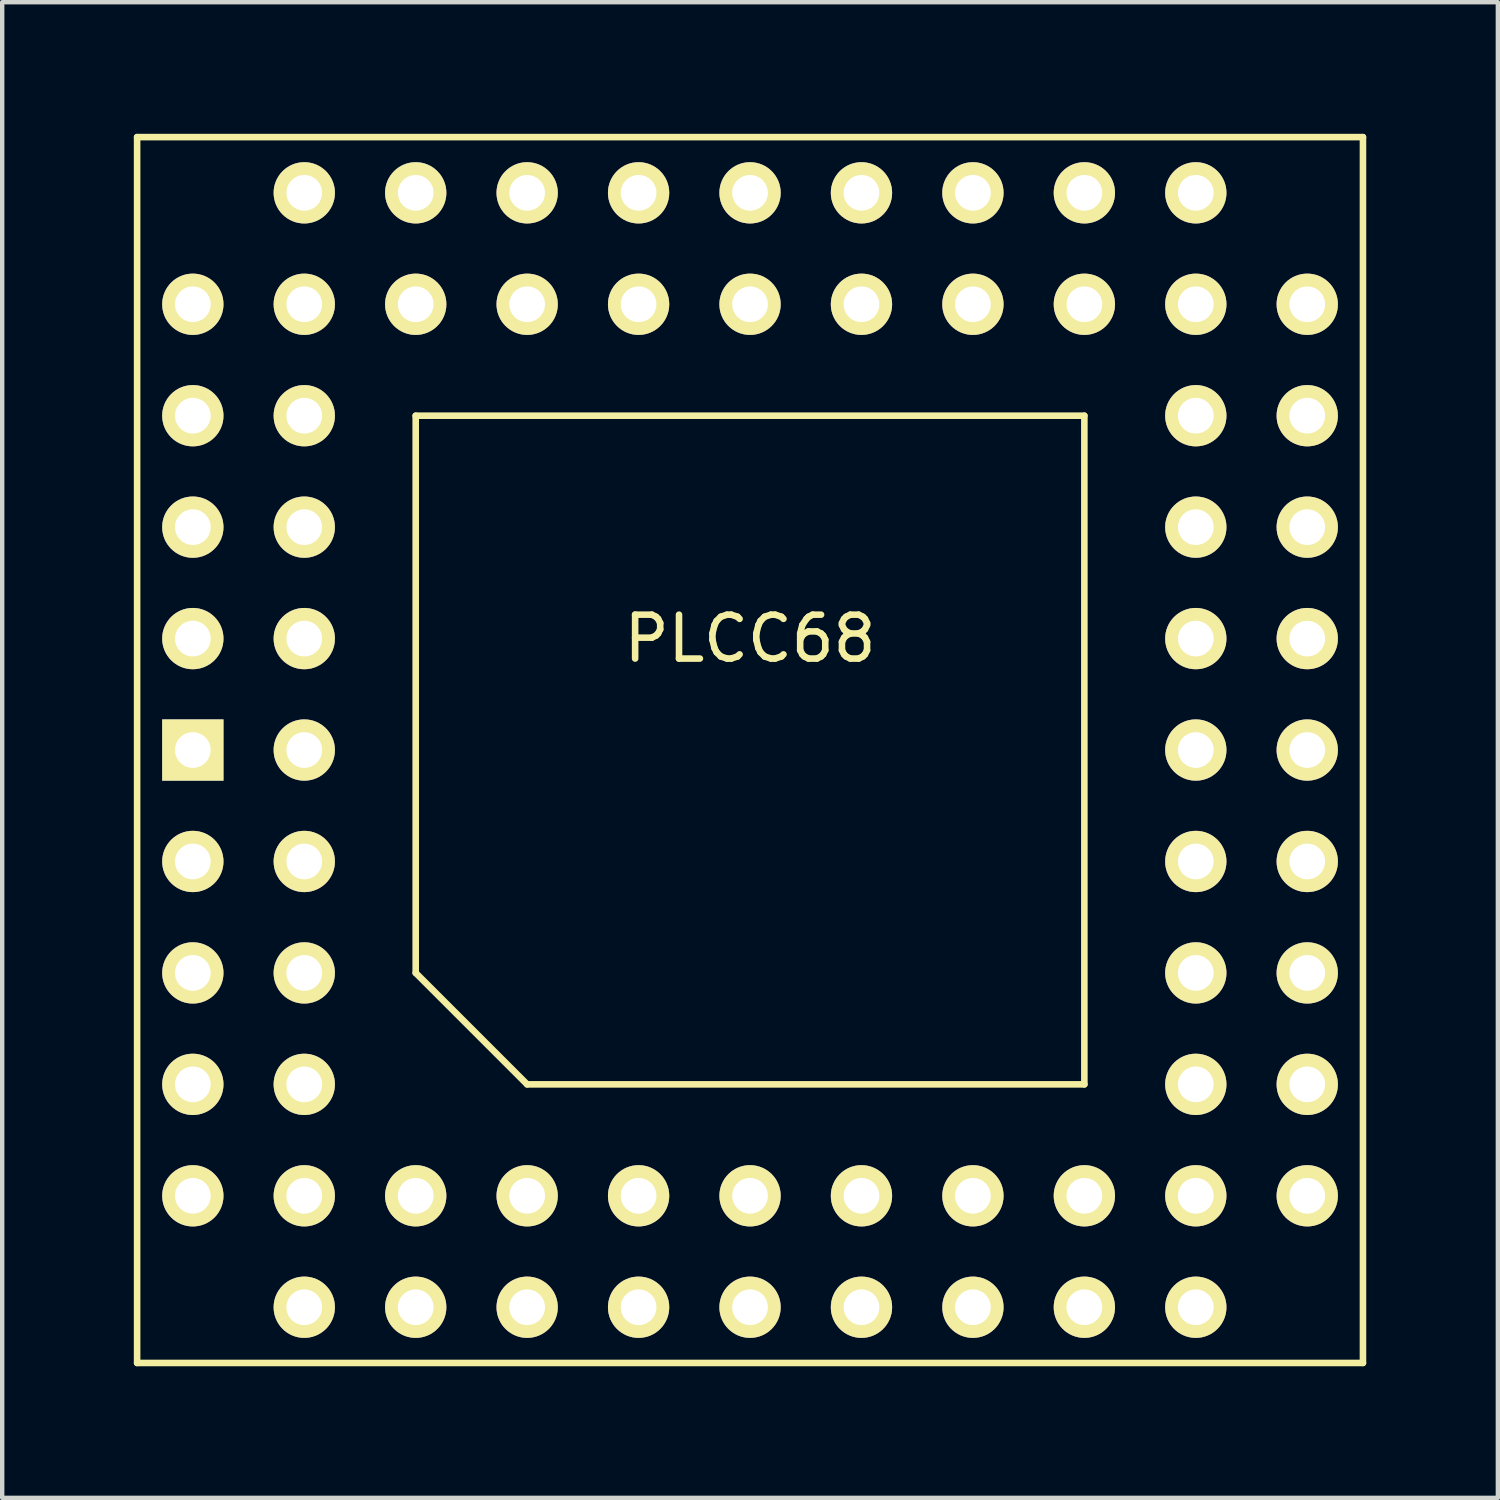
<source format=kicad_pcb>
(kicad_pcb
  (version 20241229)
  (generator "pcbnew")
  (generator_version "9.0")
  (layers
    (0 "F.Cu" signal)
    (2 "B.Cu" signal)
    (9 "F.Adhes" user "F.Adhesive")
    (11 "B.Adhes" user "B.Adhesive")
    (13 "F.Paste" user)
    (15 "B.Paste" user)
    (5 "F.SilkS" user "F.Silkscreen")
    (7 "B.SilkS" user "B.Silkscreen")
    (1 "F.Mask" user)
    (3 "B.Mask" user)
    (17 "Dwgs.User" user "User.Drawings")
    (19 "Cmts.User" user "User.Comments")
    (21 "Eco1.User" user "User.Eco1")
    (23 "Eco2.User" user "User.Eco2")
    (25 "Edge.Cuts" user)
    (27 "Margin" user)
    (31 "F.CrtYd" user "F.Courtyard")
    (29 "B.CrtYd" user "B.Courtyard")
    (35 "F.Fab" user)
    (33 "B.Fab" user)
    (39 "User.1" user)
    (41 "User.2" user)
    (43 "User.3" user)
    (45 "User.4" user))
  (footprint "PLCC68"
    (layer "F.Cu")
    (at 14.045 14.045)
    (property "Reference" "PLCC68" (at 0 -2.54 0) (layer "F.SilkS") (effects (font (size 1 1) (thickness 0.15))))
    (attr through_hole)
    (fp_line (start -13.97 -13.97) (end 13.97 -13.97) (stroke (width 0.15) (type solid)) (layer "F.SilkS"))
    (fp_line (start -13.97 13.97) (end -13.97 -13.97) (stroke (width 0.15) (type solid)) (layer "F.SilkS"))
    (fp_line (start -7.62 -7.62) (end 7.62 -7.62) (stroke (width 0.15) (type solid)) (layer "F.SilkS"))
    (fp_line (start -7.62 5.08) (end -7.62 -7.62) (stroke (width 0.15) (type solid)) (layer "F.SilkS"))
    (fp_line (start -5.08 7.62) (end -7.62 5.08) (stroke (width 0.15) (type solid)) (layer "F.SilkS"))
    (fp_line (start 7.62 -7.62) (end 7.62 7.62) (stroke (width 0.15) (type solid)) (layer "F.SilkS"))
    (fp_line (start 7.62 7.62) (end -5.08 7.62) (stroke (width 0.15) (type solid)) (layer "F.SilkS"))
    (fp_line (start 13.97 -13.97) (end 13.97 13.97) (stroke (width 0.15) (type solid)) (layer "F.SilkS"))
    (fp_line (start 13.97 13.97) (end -13.97 13.97) (stroke (width 0.15) (type solid)) (layer "F.SilkS"))
    (pad "1" thru_hole rect (at -12.7 0) (size 1.397 1.397) (drill 0.813) (layers "*.Cu" "*.Mask" "F.SilkS"))
    (pad "2" thru_hole circle (at -10.16 0) (size 1.397 1.397) (drill 0.813) (layers "*.Cu" "*.Mask" "F.SilkS"))
    (pad "3" thru_hole circle (at -12.7 2.54) (size 1.397 1.397) (drill 0.813) (layers "*.Cu" "*.Mask" "F.SilkS"))
    (pad "4" thru_hole circle (at -10.16 2.54) (size 1.397 1.397) (drill 0.813) (layers "*.Cu" "*.Mask" "F.SilkS"))
    (pad "5" thru_hole circle (at -12.7 5.08) (size 1.397 1.397) (drill 0.813) (layers "*.Cu" "*.Mask" "F.SilkS"))
    (pad "6" thru_hole circle (at -10.16 5.08) (size 1.397 1.397) (drill 0.813) (layers "*.Cu" "*.Mask" "F.SilkS"))
    (pad "7" thru_hole circle (at -12.7 7.62) (size 1.397 1.397) (drill 0.813) (layers "*.Cu" "*.Mask" "F.SilkS"))
    (pad "8" thru_hole circle (at -10.16 7.62) (size 1.397 1.397) (drill 0.813) (layers "*.Cu" "*.Mask" "F.SilkS"))
    (pad "9" thru_hole circle (at -12.7 10.16) (size 1.397 1.397) (drill 0.813) (layers "*.Cu" "*.Mask" "F.SilkS"))
    (pad "10" thru_hole circle (at -10.16 12.7) (size 1.397 1.397) (drill 0.813) (layers "*.Cu" "*.Mask" "F.SilkS"))
    (pad "11" thru_hole circle (at -10.16 10.16) (size 1.397 1.397) (drill 0.813) (layers "*.Cu" "*.Mask" "F.SilkS"))
    (pad "12" thru_hole circle (at -7.62 12.7) (size 1.397 1.397) (drill 0.813) (layers "*.Cu" "*.Mask" "F.SilkS"))
    (pad "13" thru_hole circle (at -7.62 10.16) (size 1.397 1.397) (drill 0.813) (layers "*.Cu" "*.Mask" "F.SilkS"))
    (pad "14" thru_hole circle (at -5.08 12.7) (size 1.397 1.397) (drill 0.813) (layers "*.Cu" "*.Mask" "F.SilkS"))
    (pad "15" thru_hole circle (at -5.08 10.16) (size 1.397 1.397) (drill 0.813) (layers "*.Cu" "*.Mask" "F.SilkS"))
    (pad "16" thru_hole circle (at -2.54 12.7) (size 1.397 1.397) (drill 0.813) (layers "*.Cu" "*.Mask" "F.SilkS"))
    (pad "17" thru_hole circle (at -2.54 10.16) (size 1.397 1.397) (drill 0.813) (layers "*.Cu" "*.Mask" "F.SilkS"))
    (pad "18" thru_hole circle (at 0 12.7) (size 1.397 1.397) (drill 0.813) (layers "*.Cu" "*.Mask" "F.SilkS"))
    (pad "19" thru_hole circle (at 0 10.16) (size 1.397 1.397) (drill 0.813) (layers "*.Cu" "*.Mask" "F.SilkS"))
    (pad "20" thru_hole circle (at 2.54 12.7) (size 1.397 1.397) (drill 0.813) (layers "*.Cu" "*.Mask" "F.SilkS"))
    (pad "21" thru_hole circle (at 2.54 10.16) (size 1.397 1.397) (drill 0.813) (layers "*.Cu" "*.Mask" "F.SilkS"))
    (pad "22" thru_hole circle (at 5.08 12.7) (size 1.397 1.397) (drill 0.813) (layers "*.Cu" "*.Mask" "F.SilkS"))
    (pad "23" thru_hole circle (at 5.08 10.16) (size 1.397 1.397) (drill 0.813) (layers "*.Cu" "*.Mask" "F.SilkS"))
    (pad "24" thru_hole circle (at 7.62 12.7) (size 1.397 1.397) (drill 0.813) (layers "*.Cu" "*.Mask" "F.SilkS"))
    (pad "25" thru_hole circle (at 7.62 10.16) (size 1.397 1.397) (drill 0.813) (layers "*.Cu" "*.Mask" "F.SilkS"))
    (pad "26" thru_hole circle (at 10.16 12.7) (size 1.397 1.397) (drill 0.813) (layers "*.Cu" "*.Mask" "F.SilkS"))
    (pad "27" thru_hole circle (at 12.7 10.16) (size 1.397 1.397) (drill 0.813) (layers "*.Cu" "*.Mask" "F.SilkS"))
    (pad "28" thru_hole circle (at 10.16 10.16) (size 1.397 1.397) (drill 0.813) (layers "*.Cu" "*.Mask" "F.SilkS"))
    (pad "29" thru_hole circle (at 12.7 7.62) (size 1.397 1.397) (drill 0.813) (layers "*.Cu" "*.Mask" "F.SilkS"))
    (pad "30" thru_hole circle (at 10.16 7.62) (size 1.397 1.397) (drill 0.813) (layers "*.Cu" "*.Mask" "F.SilkS"))
    (pad "31" thru_hole circle (at 12.7 5.08) (size 1.397 1.397) (drill 0.813) (layers "*.Cu" "*.Mask" "F.SilkS"))
    (pad "32" thru_hole circle (at 10.16 5.08) (size 1.397 1.397) (drill 0.813) (layers "*.Cu" "*.Mask" "F.SilkS"))
    (pad "33" thru_hole circle (at 12.7 2.54) (size 1.397 1.397) (drill 0.813) (layers "*.Cu" "*.Mask" "F.SilkS"))
    (pad "34" thru_hole circle (at 10.16 2.54) (size 1.397 1.397) (drill 0.813) (layers "*.Cu" "*.Mask" "F.SilkS"))
    (pad "35" thru_hole circle (at 12.7 0) (size 1.397 1.397) (drill 0.813) (layers "*.Cu" "*.Mask" "F.SilkS"))
    (pad "36" thru_hole circle (at 10.16 0) (size 1.397 1.397) (drill 0.813) (layers "*.Cu" "*.Mask" "F.SilkS"))
    (pad "37" thru_hole circle (at 12.7 -2.54) (size 1.397 1.397) (drill 0.813) (layers "*.Cu" "*.Mask" "F.SilkS"))
    (pad "38" thru_hole circle (at 10.16 -2.54) (size 1.397 1.397) (drill 0.813) (layers "*.Cu" "*.Mask" "F.SilkS"))
    (pad "39" thru_hole circle (at 12.7 -5.08) (size 1.397 1.397) (drill 0.813) (layers "*.Cu" "*.Mask" "F.SilkS"))
    (pad "40" thru_hole circle (at 10.16 -5.08) (size 1.397 1.397) (drill 0.813) (layers "*.Cu" "*.Mask" "F.SilkS"))
    (pad "41" thru_hole circle (at 12.7 -7.62) (size 1.397 1.397) (drill 0.813) (layers "*.Cu" "*.Mask" "F.SilkS"))
    (pad "42" thru_hole circle (at 10.16 -7.62) (size 1.397 1.397) (drill 0.813) (layers "*.Cu" "*.Mask" "F.SilkS"))
    (pad "43" thru_hole circle (at 12.7 -10.16) (size 1.397 1.397) (drill 0.813) (layers "*.Cu" "*.Mask" "F.SilkS"))
    (pad "44" thru_hole circle (at 10.16 -12.7) (size 1.397 1.397) (drill 0.813) (layers "*.Cu" "*.Mask" "F.SilkS"))
    (pad "45" thru_hole circle (at 10.16 -10.16) (size 1.397 1.397) (drill 0.813) (layers "*.Cu" "*.Mask" "F.SilkS"))
    (pad "46" thru_hole circle (at 7.62 -12.7) (size 1.397 1.397) (drill 0.813) (layers "*.Cu" "*.Mask" "F.SilkS"))
    (pad "47" thru_hole circle (at 7.62 -10.16) (size 1.397 1.397) (drill 0.813) (layers "*.Cu" "*.Mask" "F.SilkS"))
    (pad "48" thru_hole circle (at 5.08 -12.7) (size 1.397 1.397) (drill 0.813) (layers "*.Cu" "*.Mask" "F.SilkS"))
    (pad "49" thru_hole circle (at 5.08 -10.16) (size 1.397 1.397) (drill 0.813) (layers "*.Cu" "*.Mask" "F.SilkS"))
    (pad "50" thru_hole circle (at 2.54 -12.7) (size 1.397 1.397) (drill 0.813) (layers "*.Cu" "*.Mask" "F.SilkS"))
    (pad "51" thru_hole circle (at 2.54 -10.16) (size 1.397 1.397) (drill 0.813) (layers "*.Cu" "*.Mask" "F.SilkS"))
    (pad "52" thru_hole circle (at 0 -12.7) (size 1.397 1.397) (drill 0.813) (layers "*.Cu" "*.Mask" "F.SilkS"))
    (pad "53" thru_hole circle (at 0 -10.16) (size 1.397 1.397) (drill 0.813) (layers "*.Cu" "*.Mask" "F.SilkS"))
    (pad "54" thru_hole circle (at -2.54 -12.7) (size 1.397 1.397) (drill 0.813) (layers "*.Cu" "*.Mask" "F.SilkS"))
    (pad "55" thru_hole circle (at -2.54 -10.16) (size 1.397 1.397) (drill 0.813) (layers "*.Cu" "*.Mask" "F.SilkS"))
    (pad "56" thru_hole circle (at -5.08 -12.7) (size 1.397 1.397) (drill 0.813) (layers "*.Cu" "*.Mask" "F.SilkS"))
    (pad "57" thru_hole circle (at -5.08 -10.16) (size 1.397 1.397) (drill 0.813) (layers "*.Cu" "*.Mask" "F.SilkS"))
    (pad "58" thru_hole circle (at -7.62 -12.7) (size 1.397 1.397) (drill 0.813) (layers "*.Cu" "*.Mask" "F.SilkS"))
    (pad "59" thru_hole circle (at -7.62 -10.16) (size 1.397 1.397) (drill 0.813) (layers "*.Cu" "*.Mask" "F.SilkS"))
    (pad "60" thru_hole circle (at -10.16 -12.7) (size 1.397 1.397) (drill 0.813) (layers "*.Cu" "*.Mask" "F.SilkS"))
    (pad "61" thru_hole circle (at -12.7 -10.16) (size 1.397 1.397) (drill 0.813) (layers "*.Cu" "*.Mask" "F.SilkS"))
    (pad "62" thru_hole circle (at -10.16 -10.16) (size 1.397 1.397) (drill 0.813) (layers "*.Cu" "*.Mask" "F.SilkS"))
    (pad "63" thru_hole circle (at -12.7 -7.62) (size 1.397 1.397) (drill 0.813) (layers "*.Cu" "*.Mask" "F.SilkS"))
    (pad "64" thru_hole circle (at -10.16 -7.62) (size 1.397 1.397) (drill 0.813) (layers "*.Cu" "*.Mask" "F.SilkS"))
    (pad "65" thru_hole circle (at -12.7 -5.08) (size 1.397 1.397) (drill 0.813) (layers "*.Cu" "*.Mask" "F.SilkS"))
    (pad "66" thru_hole circle (at -10.16 -5.08) (size 1.397 1.397) (drill 0.813) (layers "*.Cu" "*.Mask" "F.SilkS"))
    (pad "67" thru_hole circle (at -12.7 -2.54) (size 1.397 1.397) (drill 0.813) (layers "*.Cu" "*.Mask" "F.SilkS"))
    (pad "68" thru_hole circle (at -10.16 -2.54) (size 1.397 1.397) (drill 0.813) (layers "*.Cu" "*.Mask" "F.SilkS")))
  (gr_rect
    (start -3 -3)
    (end 31.09 31.09)
    (stroke (width 0.1) (type default))
    (fill no)
    (layer "Edge.Cuts")))
</source>
